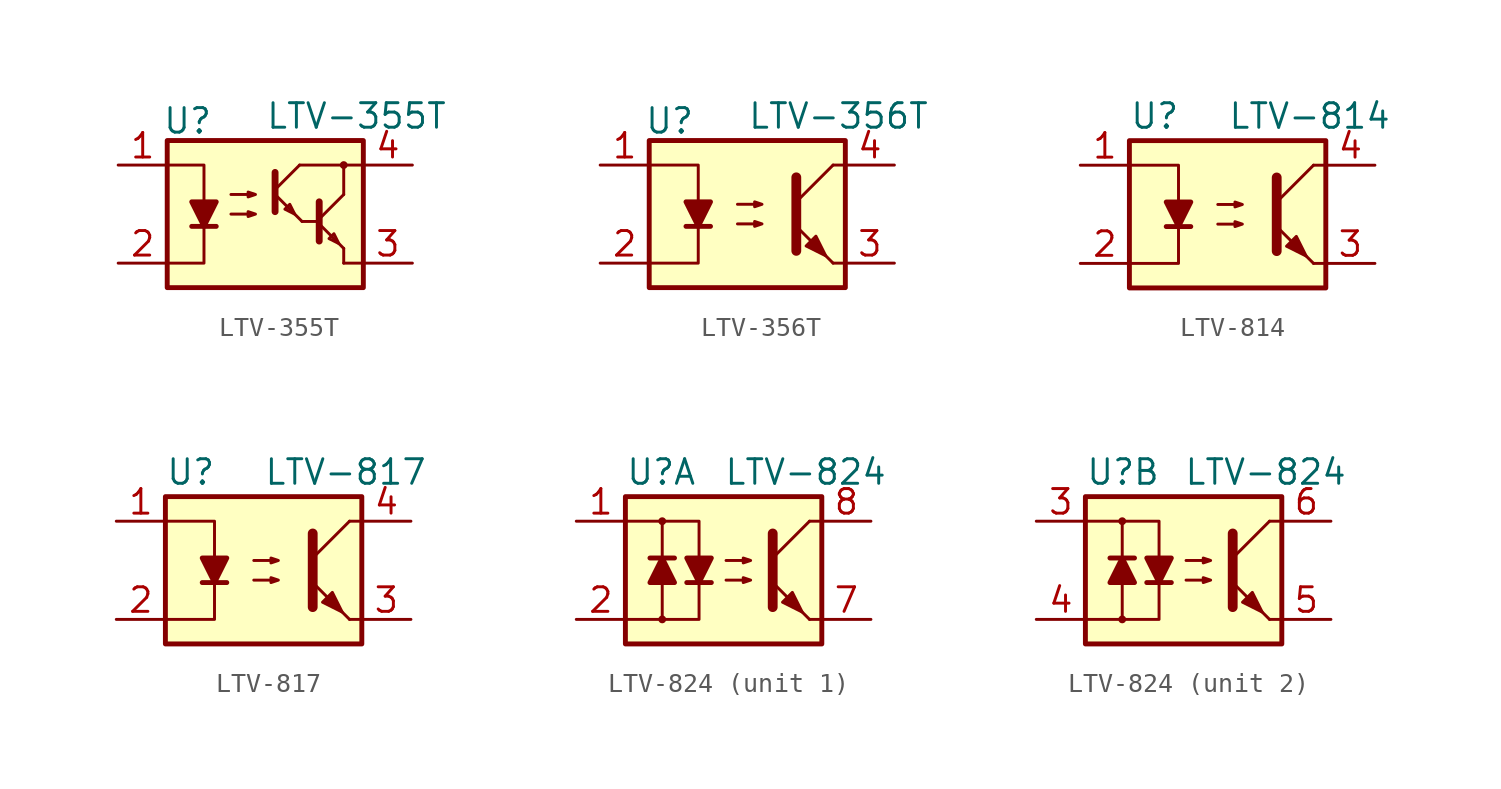
<source format=kicad_sym>
(kicad_symbol_lib
  (version 20211014)
  (generator kicad_symbol_editor)
  (symbol "LTV-355T"
    (pin_names
      (offset 1.016))
    (property "Reference" "U"
      (at -5.334 4.826 0)
      (effects (font (size 1.27 1.27)) (justify left)))
    (property "Value" "LTV-355T"
      (at 0 5.08 0)
      (effects (font (size 1.27 1.27)) (justify left)))
    (symbol "LTV-355T_0_1"
      (rectangle (start -5.08 3.81) (end 5.08 -3.81) (stroke (width 0.254) (type default) (color 0 0 0 0)) (fill (type background)))
      (polyline (pts (xy -3.81 -0.635) (xy -2.54 -0.635)) (stroke (width 0.254) (type default) (color 0 0 0 0)) (fill (type none)))
      (polyline (pts (xy 0.508 1.016) (xy 1.905 -0.381)) (stroke (width 0) (type default) (color 0 0 0 0)) (fill (type none)))
      (polyline (pts (xy 0.508 1.27) (xy 1.778 2.54)) (stroke (width 0) (type default) (color 0 0 0 0)) (fill (type none)))
      (polyline (pts (xy 0.508 2.159) (xy 0.508 0.127)) (stroke (width 0.356) (type default) (color 0 0 0 0)) (fill (type none)))
      (polyline (pts (xy 1.778 2.54) (xy 5.08 2.54)) (stroke (width 0) (type default) (color 0 0 0 0)) (fill (type none)))
      (polyline (pts (xy 2.794 -0.508) (xy 4.064 -1.778)) (stroke (width 0) (type default) (color 0 0 0 0)) (fill (type none)))
      (polyline (pts (xy 2.794 -0.381) (xy 1.905 -0.381)) (stroke (width 0) (type default) (color 0 0 0 0)) (fill (type none)))
      (polyline (pts (xy 2.794 -0.254) (xy 4.064 1.016)) (stroke (width 0) (type default) (color 0 0 0 0)) (fill (type none)))
      (polyline (pts (xy 4.064 -2.54) (xy 5.08 -2.54)) (stroke (width 0) (type default) (color 0 0 0 0)) (fill (type none)))
      (polyline (pts (xy 4.064 -1.778) (xy 4.064 -2.54)) (stroke (width 0) (type default) (color 0 0 0 0)) (fill (type none)))
      (polyline (pts (xy 4.064 1.016) (xy 4.064 2.54)) (stroke (width 0) (type default) (color 0 0 0 0)) (fill (type none)))
      (polyline (pts (xy -5.08 2.54) (xy -3.175 2.54) (xy -3.175 0.635)) (stroke (width 0) (type default) (color 0 0 0 0)) (fill (type none)))
      (polyline (pts (xy -3.175 -0.635) (xy -3.175 -2.54) (xy -5.08 -2.54)) (stroke (width 0) (type default) (color 0 0 0 0)) (fill (type none)))
      (polyline (pts (xy 2.794 0.635) (xy 2.794 -1.397) (xy 2.794 -1.397)) (stroke (width 0.356) (type default) (color 0 0 0 0)) (fill (type none)))
      (polyline (pts (xy -3.175 -0.635) (xy -3.81 0.635) (xy -2.54 0.635) (xy -3.175 -0.635)) (stroke (width 0.254) (type default) (color 0 0 0 0)) (fill (type outline)))
      (polyline (pts (xy 1.524 0) (xy 1.27 0.508) (xy 1.016 0.254) (xy 1.524 0)) (stroke (width 0) (type default) (color 0 0 0 0)) (fill (type none)))
      (polyline (pts (xy 3.81 -1.524) (xy 3.556 -1.016) (xy 3.302 -1.27) (xy 3.81 -1.524)) (stroke (width 0) (type default) (color 0 0 0 0)) (fill (type none)))
      (polyline (pts (xy -1.778 0) (xy -0.508 0) (xy -0.889 -0.127) (xy -0.889 0.127) (xy -0.508 0)) (stroke (width 0) (type default) (color 0 0 0 0)) (fill (type none)))
      (polyline (pts (xy -1.778 1.016) (xy -0.508 1.016) (xy -0.889 0.889) (xy -0.889 1.143) (xy -0.508 1.016)) (stroke (width 0) (type default) (color 0 0 0 0)) (fill (type none)))
      (circle (center 4.064 2.54) (radius 0.127) (stroke (width 0) (type default) (color 0 0 0 0)) (fill (type none))))
    (symbol "LTV-355T_1_1"
      (pin passive line (at -7.62 2.54 0) (length 2.54) (name "~" (effects (font (size 1.27 1.27)))) (number "1" (effects (font (size 1.27 1.27)))))
      (pin passive line (at -7.62 -2.54 0) (length 2.54) (name "~" (effects (font (size 1.27 1.27)))) (number "2" (effects (font (size 1.27 1.27)))))
      (pin passive line (at 7.62 -2.54 180) (length 2.54) (name "~" (effects (font (size 1.27 1.27)))) (number "3" (effects (font (size 1.27 1.27)))))
      (pin passive line (at 7.62 2.54 180) (length 2.54) (name "~" (effects (font (size 1.27 1.27)))) (number "4" (effects (font (size 1.27 1.27)))))))
  (symbol "LTV-356T"
    (pin_names
      (offset 1.016))
    (property "Reference" "U"
      (at -5.334 4.826 0)
      (effects (font (size 1.27 1.27)) (justify left)))
    (property "Value" "LTV-356T"
      (at 0 5.08 0)
      (effects (font (size 1.27 1.27)) (justify left)))
    (symbol "LTV-356T_0_1"
      (rectangle (start -5.08 3.81) (end 5.08 -3.81) (stroke (width 0.254) (type default) (color 0 0 0 0)) (fill (type background)))
      (polyline (pts (xy -3.175 -0.635) (xy -1.905 -0.635)) (stroke (width 0.254) (type default) (color 0 0 0 0)) (fill (type none)))
      (polyline (pts (xy 2.54 0.635) (xy 4.445 2.54)) (stroke (width 0) (type default) (color 0 0 0 0)) (fill (type none)))
      (polyline (pts (xy 4.445 -2.54) (xy 2.54 -0.635)) (stroke (width 0) (type default) (color 0 0 0 0)) (fill (type outline)))
      (polyline (pts (xy 4.445 -2.54) (xy 5.08 -2.54)) (stroke (width 0) (type default) (color 0 0 0 0)) (fill (type none)))
      (polyline (pts (xy 4.445 2.54) (xy 5.08 2.54)) (stroke (width 0) (type default) (color 0 0 0 0)) (fill (type none)))
      (polyline (pts (xy -5.08 2.54) (xy -2.54 2.54) (xy -2.54 0.635)) (stroke (width 0) (type default) (color 0 0 0 0)) (fill (type none)))
      (polyline (pts (xy -2.54 -0.635) (xy -2.54 -2.54) (xy -5.08 -2.54)) (stroke (width 0) (type default) (color 0 0 0 0)) (fill (type none)))
      (polyline (pts (xy 2.54 1.905) (xy 2.54 -1.905) (xy 2.54 -1.905)) (stroke (width 0.508) (type default) (color 0 0 0 0)) (fill (type none)))
      (polyline (pts (xy -2.54 -0.635) (xy -3.175 0.635) (xy -1.905 0.635) (xy -2.54 -0.635)) (stroke (width 0.254) (type default) (color 0 0 0 0)) (fill (type outline)))
      (polyline (pts (xy -0.508 -0.508) (xy 0.762 -0.508) (xy 0.381 -0.635) (xy 0.381 -0.381) (xy 0.762 -0.508)) (stroke (width 0) (type default) (color 0 0 0 0)) (fill (type none)))
      (polyline (pts (xy -0.508 0.508) (xy 0.762 0.508) (xy 0.381 0.381) (xy 0.381 0.635) (xy 0.762 0.508)) (stroke (width 0) (type default) (color 0 0 0 0)) (fill (type none)))
      (polyline (pts (xy 3.048 -1.651) (xy 3.556 -1.143) (xy 4.064 -2.159) (xy 3.048 -1.651) (xy 3.048 -1.651)) (stroke (width 0) (type default) (color 0 0 0 0)) (fill (type outline))))
    (symbol "LTV-356T_1_1"
      (pin passive line (at -7.62 2.54 0) (length 2.54) (name "~" (effects (font (size 1.27 1.27)))) (number "1" (effects (font (size 1.27 1.27)))))
      (pin passive line (at -7.62 -2.54 0) (length 2.54) (name "~" (effects (font (size 1.27 1.27)))) (number "2" (effects (font (size 1.27 1.27)))))
      (pin passive line (at 7.62 -2.54 180) (length 2.54) (name "~" (effects (font (size 1.27 1.27)))) (number "3" (effects (font (size 1.27 1.27)))))
      (pin passive line (at 7.62 2.54 180) (length 2.54) (name "~" (effects (font (size 1.27 1.27)))) (number "4" (effects (font (size 1.27 1.27)))))))
  (symbol "LTV-814"
    (pin_names
      (offset 1.016))
    (property "Reference" "U"
      (at -5.08 5.08 0)
      (effects (font (size 1.27 1.27)) (justify left)))
    (property "Value" "LTV-814"
      (at 0 5.08 0)
      (effects (font (size 1.27 1.27)) (justify left)))
    (symbol "LTV-814_0_1"
      (rectangle (start -5.08 3.81) (end 5.08 -3.81) (stroke (width 0.254) (type default) (color 0 0 0 0)) (fill (type background)))
      (polyline (pts (xy -3.175 -0.635) (xy -1.905 -0.635)) (stroke (width 0.254) (type default) (color 0 0 0 0)) (fill (type none)))
      (polyline (pts (xy 2.54 0.635) (xy 4.445 2.54)) (stroke (width 0) (type default) (color 0 0 0 0)) (fill (type none)))
      (polyline (pts (xy 4.445 -2.54) (xy 2.54 -0.635)) (stroke (width 0) (type default) (color 0 0 0 0)) (fill (type outline)))
      (polyline (pts (xy 4.445 -2.54) (xy 5.08 -2.54)) (stroke (width 0) (type default) (color 0 0 0 0)) (fill (type none)))
      (polyline (pts (xy 4.445 2.54) (xy 5.08 2.54)) (stroke (width 0) (type default) (color 0 0 0 0)) (fill (type none)))
      (polyline (pts (xy -5.08 2.54) (xy -2.54 2.54) (xy -2.54 0.635)) (stroke (width 0) (type default) (color 0 0 0 0)) (fill (type none)))
      (polyline (pts (xy -2.54 -0.635) (xy -2.54 -2.54) (xy -5.08 -2.54)) (stroke (width 0) (type default) (color 0 0 0 0)) (fill (type none)))
      (polyline (pts (xy 2.54 1.905) (xy 2.54 -1.905) (xy 2.54 -1.905)) (stroke (width 0.508) (type default) (color 0 0 0 0)) (fill (type none)))
      (polyline (pts (xy -2.54 -0.635) (xy -3.175 0.635) (xy -1.905 0.635) (xy -2.54 -0.635)) (stroke (width 0.254) (type default) (color 0 0 0 0)) (fill (type outline)))
      (polyline (pts (xy -0.508 -0.508) (xy 0.762 -0.508) (xy 0.381 -0.635) (xy 0.381 -0.381) (xy 0.762 -0.508)) (stroke (width 0) (type default) (color 0 0 0 0)) (fill (type none)))
      (polyline (pts (xy -0.508 0.508) (xy 0.762 0.508) (xy 0.381 0.381) (xy 0.381 0.635) (xy 0.762 0.508)) (stroke (width 0) (type default) (color 0 0 0 0)) (fill (type none)))
      (polyline (pts (xy 3.048 -1.651) (xy 3.556 -1.143) (xy 4.064 -2.159) (xy 3.048 -1.651) (xy 3.048 -1.651)) (stroke (width 0) (type default) (color 0 0 0 0)) (fill (type outline))))
    (symbol "LTV-814_1_1"
      (pin passive line (at -7.62 2.54 0) (length 2.54) (name "~" (effects (font (size 1.27 1.27)))) (number "1" (effects (font (size 1.27 1.27)))))
      (pin passive line (at -7.62 -2.54 0) (length 2.54) (name "~" (effects (font (size 1.27 1.27)))) (number "2" (effects (font (size 1.27 1.27)))))
      (pin passive line (at 7.62 -2.54 180) (length 2.54) (name "~" (effects (font (size 1.27 1.27)))) (number "3" (effects (font (size 1.27 1.27)))))
      (pin passive line (at 7.62 2.54 180) (length 2.54) (name "~" (effects (font (size 1.27 1.27)))) (number "4" (effects (font (size 1.27 1.27)))))))
  (symbol "LTV-817"
    (pin_names
      (offset 1.016))
    (property "Reference" "U"
      (at -5.08 5.08 0)
      (effects (font (size 1.27 1.27)) (justify left)))
    (property "Value" "LTV-817"
      (at 0 5.08 0)
      (effects (font (size 1.27 1.27)) (justify left)))
    (symbol "LTV-817_0_1"
      (rectangle (start -5.08 3.81) (end 5.08 -3.81) (stroke (width 0.254) (type default) (color 0 0 0 0)) (fill (type background)))
      (polyline (pts (xy -3.175 -0.635) (xy -1.905 -0.635)) (stroke (width 0.254) (type default) (color 0 0 0 0)) (fill (type none)))
      (polyline (pts (xy 2.54 0.635) (xy 4.445 2.54)) (stroke (width 0) (type default) (color 0 0 0 0)) (fill (type none)))
      (polyline (pts (xy 4.445 -2.54) (xy 2.54 -0.635)) (stroke (width 0) (type default) (color 0 0 0 0)) (fill (type outline)))
      (polyline (pts (xy 4.445 -2.54) (xy 5.08 -2.54)) (stroke (width 0) (type default) (color 0 0 0 0)) (fill (type none)))
      (polyline (pts (xy 4.445 2.54) (xy 5.08 2.54)) (stroke (width 0) (type default) (color 0 0 0 0)) (fill (type none)))
      (polyline (pts (xy -5.08 2.54) (xy -2.54 2.54) (xy -2.54 0.635)) (stroke (width 0) (type default) (color 0 0 0 0)) (fill (type none)))
      (polyline (pts (xy -2.54 -0.635) (xy -2.54 -2.54) (xy -5.08 -2.54)) (stroke (width 0) (type default) (color 0 0 0 0)) (fill (type none)))
      (polyline (pts (xy 2.54 1.905) (xy 2.54 -1.905) (xy 2.54 -1.905)) (stroke (width 0.508) (type default) (color 0 0 0 0)) (fill (type none)))
      (polyline (pts (xy -2.54 -0.635) (xy -3.175 0.635) (xy -1.905 0.635) (xy -2.54 -0.635)) (stroke (width 0.254) (type default) (color 0 0 0 0)) (fill (type outline)))
      (polyline (pts (xy -0.508 -0.508) (xy 0.762 -0.508) (xy 0.381 -0.635) (xy 0.381 -0.381) (xy 0.762 -0.508)) (stroke (width 0) (type default) (color 0 0 0 0)) (fill (type none)))
      (polyline (pts (xy -0.508 0.508) (xy 0.762 0.508) (xy 0.381 0.381) (xy 0.381 0.635) (xy 0.762 0.508)) (stroke (width 0) (type default) (color 0 0 0 0)) (fill (type none)))
      (polyline (pts (xy 3.048 -1.651) (xy 3.556 -1.143) (xy 4.064 -2.159) (xy 3.048 -1.651) (xy 3.048 -1.651)) (stroke (width 0) (type default) (color 0 0 0 0)) (fill (type outline))))
    (symbol "LTV-817_1_1"
      (pin passive line (at -7.62 2.54 0) (length 2.54) (name "~" (effects (font (size 1.27 1.27)))) (number "1" (effects (font (size 1.27 1.27)))))
      (pin passive line (at -7.62 -2.54 0) (length 2.54) (name "~" (effects (font (size 1.27 1.27)))) (number "2" (effects (font (size 1.27 1.27)))))
      (pin passive line (at 7.62 -2.54 180) (length 2.54) (name "~" (effects (font (size 1.27 1.27)))) (number "3" (effects (font (size 1.27 1.27)))))
      (pin passive line (at 7.62 2.54 180) (length 2.54) (name "~" (effects (font (size 1.27 1.27)))) (number "4" (effects (font (size 1.27 1.27)))))))
  (symbol "LTV-824"
    (pin_names
      (offset 1.016))
    (property "Reference" "U"
      (at -5.08 5.08 0)
      (effects (font (size 1.27 1.27)) (justify left)))
    (property "Value" "LTV-824"
      (at 0 5.08 0)
      (effects (font (size 1.27 1.27)) (justify left)))
    (symbol "LTV-824_0_1"
      (rectangle (start -5.08 3.81) (end 5.08 -3.81) (stroke (width 0.254) (type default) (color 0 0 0 0)) (fill (type background)))
      (circle (center -3.175 -2.54) (radius 0.127) (stroke (width 0) (type default) (color 0 0 0 0)) (fill (type none)))
      (circle (center -3.175 2.54) (radius 0.127) (stroke (width 0) (type default) (color 0 0 0 0)) (fill (type none)))
      (polyline (pts (xy -3.81 0.635) (xy -2.54 0.635)) (stroke (width 0.254) (type default) (color 0 0 0 0)) (fill (type none)))
      (polyline (pts (xy -3.175 -0.635) (xy -3.175 -2.54)) (stroke (width 0) (type default) (color 0 0 0 0)) (fill (type none)))
      (polyline (pts (xy -3.175 0.635) (xy -3.175 2.54)) (stroke (width 0) (type default) (color 0 0 0 0)) (fill (type none)))
      (polyline (pts (xy -1.905 -0.635) (xy -0.635 -0.635)) (stroke (width 0.254) (type default) (color 0 0 0 0)) (fill (type none)))
      (polyline (pts (xy 2.54 0.635) (xy 4.445 2.54)) (stroke (width 0) (type default) (color 0 0 0 0)) (fill (type none)))
      (polyline (pts (xy 4.445 -2.54) (xy 2.54 -0.635)) (stroke (width 0) (type default) (color 0 0 0 0)) (fill (type outline)))
      (polyline (pts (xy 4.445 -2.54) (xy 5.08 -2.54)) (stroke (width 0) (type default) (color 0 0 0 0)) (fill (type none)))
      (polyline (pts (xy 4.445 2.54) (xy 5.08 2.54)) (stroke (width 0) (type default) (color 0 0 0 0)) (fill (type none)))
      (polyline (pts (xy -5.08 2.54) (xy -1.27 2.54) (xy -1.27 0.635)) (stroke (width 0) (type default) (color 0 0 0 0)) (fill (type none)))
      (polyline (pts (xy -1.27 -0.635) (xy -1.27 -2.54) (xy -5.08 -2.54)) (stroke (width 0) (type default) (color 0 0 0 0)) (fill (type none)))
      (polyline (pts (xy 2.54 1.905) (xy 2.54 -1.905) (xy 2.54 -1.905)) (stroke (width 0.508) (type default) (color 0 0 0 0)) (fill (type none)))
      (polyline (pts (xy -3.175 0.635) (xy -3.81 -0.635) (xy -2.54 -0.635) (xy -3.175 0.635)) (stroke (width 0.254) (type default) (color 0 0 0 0)) (fill (type outline)))
      (polyline (pts (xy -1.27 -0.635) (xy -1.905 0.635) (xy -0.635 0.635) (xy -1.27 -0.635)) (stroke (width 0.254) (type default) (color 0 0 0 0)) (fill (type outline)))
      (polyline (pts (xy 0.127 -0.508) (xy 1.397 -0.508) (xy 1.016 -0.635) (xy 1.016 -0.381) (xy 1.397 -0.508)) (stroke (width 0) (type default) (color 0 0 0 0)) (fill (type none)))
      (polyline (pts (xy 0.127 0.508) (xy 1.397 0.508) (xy 1.016 0.381) (xy 1.016 0.635) (xy 1.397 0.508)) (stroke (width 0) (type default) (color 0 0 0 0)) (fill (type none)))
      (polyline (pts (xy 3.048 -1.651) (xy 3.556 -1.143) (xy 4.064 -2.159) (xy 3.048 -1.651) (xy 3.048 -1.651)) (stroke (width 0) (type default) (color 0 0 0 0)) (fill (type outline))))
    (symbol "LTV-824_1_1"
      (pin passive line (at -7.62 2.54 0) (length 2.54) (name "~" (effects (font (size 1.27 1.27)))) (number "1" (effects (font (size 1.27 1.27)))))
      (pin passive line (at -7.62 -2.54 0) (length 2.54) (name "~" (effects (font (size 1.27 1.27)))) (number "2" (effects (font (size 1.27 1.27)))))
      (pin passive line (at 7.62 -2.54 180) (length 2.54) (name "~" (effects (font (size 1.27 1.27)))) (number "7" (effects (font (size 1.27 1.27)))))
      (pin passive line (at 7.62 2.54 180) (length 2.54) (name "~" (effects (font (size 1.27 1.27)))) (number "8" (effects (font (size 1.27 1.27))))))
    (symbol "LTV-824_2_1"
      (pin passive line (at -7.62 2.54 0) (length 2.54) (name "~" (effects (font (size 1.27 1.27)))) (number "3" (effects (font (size 1.27 1.27)))))
      (pin passive line (at -7.62 -2.54 0) (length 2.54) (name "~" (effects (font (size 1.27 1.27)))) (number "4" (effects (font (size 1.27 1.27)))))
      (pin passive line (at 7.62 -2.54 180) (length 2.54) (name "~" (effects (font (size 1.27 1.27)))) (number "5" (effects (font (size 1.27 1.27)))))
      (pin passive line (at 7.62 2.54 180) (length 2.54) (name "~" (effects (font (size 1.27 1.27)))) (number "6" (effects (font (size 1.27 1.27))))))))
</source>
